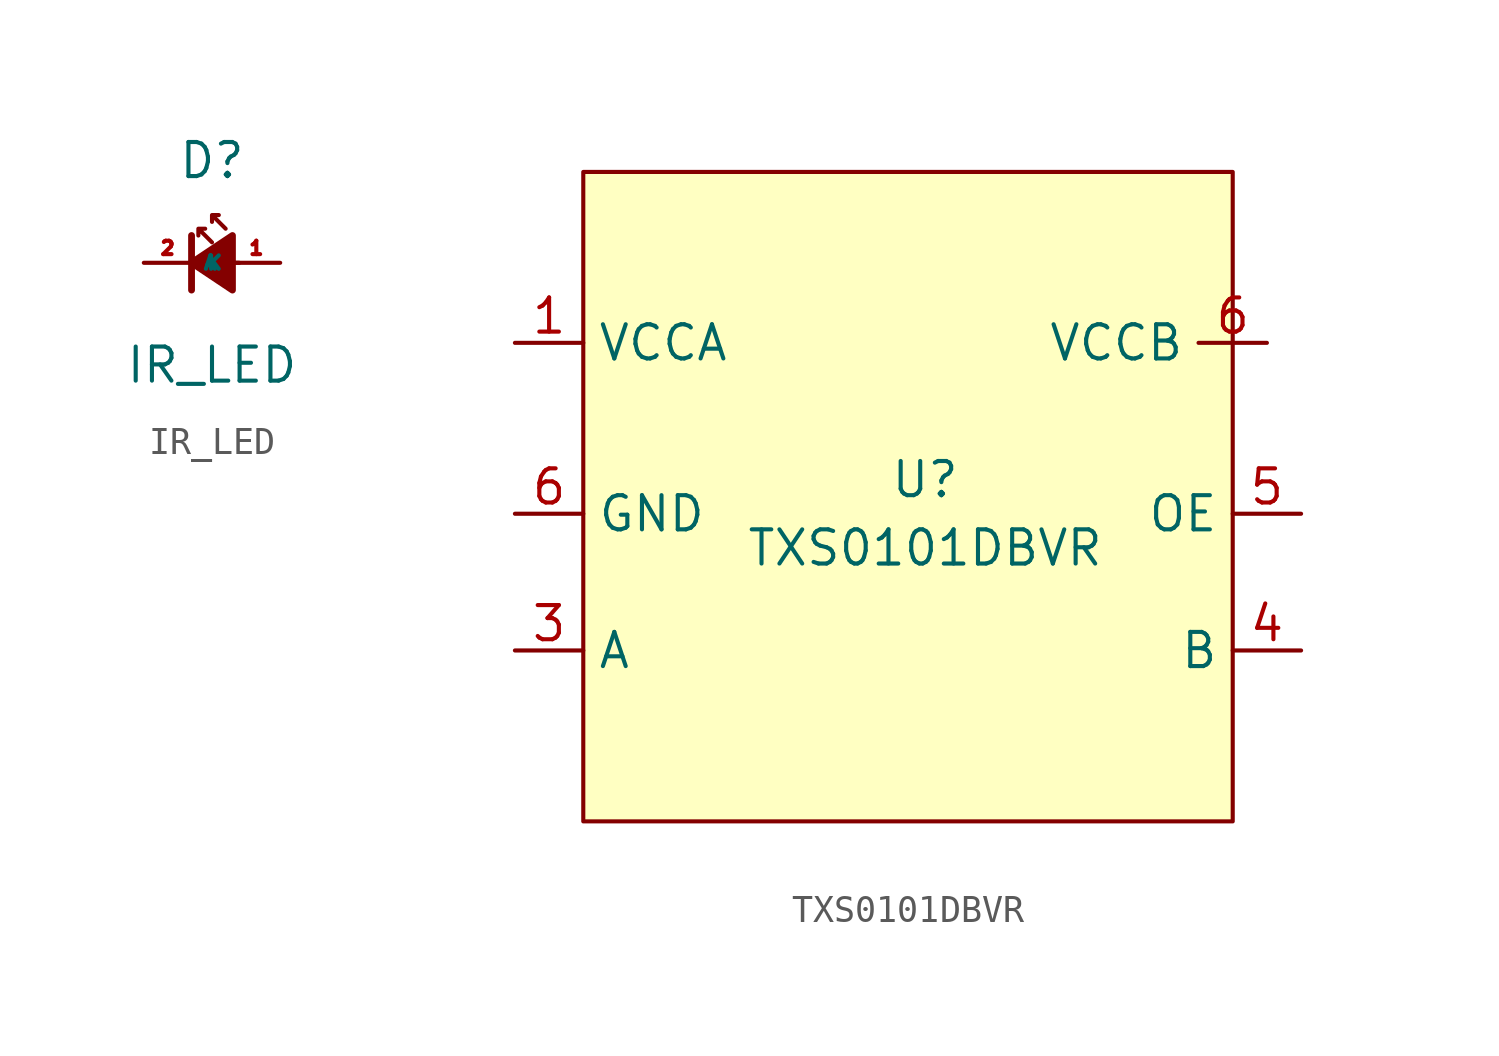
<source format=kicad_sym>
(kicad_symbol_lib
  (version 20211014)
  (generator kicad_symbol_editor)
  (symbol "IR_LED"
    (property "Reference" "D"
      (at 0 3.81 0)
      (effects (font (size 1.27 1.27))))
    (property "Value" "IR_LED"
      (at 0 -3.81 0)
      (effects (font (size 1.27 1.27))))
    (symbol "IR_LED_0_1"
      (polyline (pts (xy -0.762 -1.016) (xy -0.762 1.016)) (stroke (width 0.254) (type default) (color 0 0 0 0)) (fill (type none)))
      (polyline (pts (xy 1.016 0) (xy -0.762 0)) (stroke (width 0) (type default) (color 0 0 0 0)) (fill (type none)))
      (polyline (pts (xy 0.762 -1.016) (xy -0.762 0) (xy 0.762 1.016) (xy 0.762 -1.016)) (stroke (width 0.254) (type default) (color 0 0 0 0)) (fill (type outline)))
      (polyline (pts (xy 0 0.762) (xy -0.508 1.27) (xy -0.254 1.27) (xy -0.508 1.27) (xy -0.508 1.016)) (stroke (width 0) (type default) (color 0 0 0 0)) (fill (type none)))
      (polyline (pts (xy 0.508 1.27) (xy 0 1.778) (xy 0.254 1.778) (xy 0 1.778) (xy 0 1.524)) (stroke (width 0) (type default) (color 0 0 0 0)) (fill (type none))))
    (symbol "IR_LED_1_1"
      (pin passive line (at 2.54 0 180) (length 1.778) (name "A" (effects (font (size 0.5 0.5)))) (number "1" (effects (font (size 0.5 0.5)))))
      (pin passive line (at -2.54 0 0) (length 1.778) (name "K" (effects (font (size 0.5 0.5)))) (number "2" (effects (font (size 0.5 0.5)))))))
  (symbol "TXS0101DBVR"
    (property "Reference" "U"
      (at 0 1.27 0)
      (effects (font (size 1.27 1.27))))
    (property "Value" "TXS0101DBVR"
      (at 0 -1.27 0)
      (effects (font (size 1.27 1.27))))
    (symbol "TXS0101DBVR_0_1"
      (rectangle (start -12.7 12.7) (end 11.43 -11.43) (stroke (width 0) (type default) (color 0 0 0 0)) (fill (type background))))
    (symbol "TXS0101DBVR_1_1"
      (pin power_in line (at -15.24 6.35 0) (length 2.54) (name "VCCA" (effects (font (size 1.27 1.27)))) (number "1" (effects (font (size 1.27 1.27)))))
      (pin input line (at -15.24 -5.08 0) (length 2.54) (name "A" (effects (font (size 1.27 1.27)))) (number "3" (effects (font (size 1.27 1.27)))))
      (pin output line (at 13.97 -5.08 180) (length 2.54) (name "B" (effects (font (size 1.27 1.27)))) (number "4" (effects (font (size 1.27 1.27)))))
      (pin input line (at 13.97 0 180) (length 2.54) (name "OE" (effects (font (size 1.27 1.27)))) (number "5" (effects (font (size 1.27 1.27)))))
      (pin power_in line (at -15.24 0 0) (length 2.54) (name "GND" (effects (font (size 1.27 1.27)))) (number "6" (effects (font (size 1.27 1.27)))))
      (pin power_in line (at 12.7 6.35 180) (length 2.54) (name "VCCB" (effects (font (size 1.27 1.27)))) (number "6" (effects (font (size 1.27 1.27))))))))
</source>
